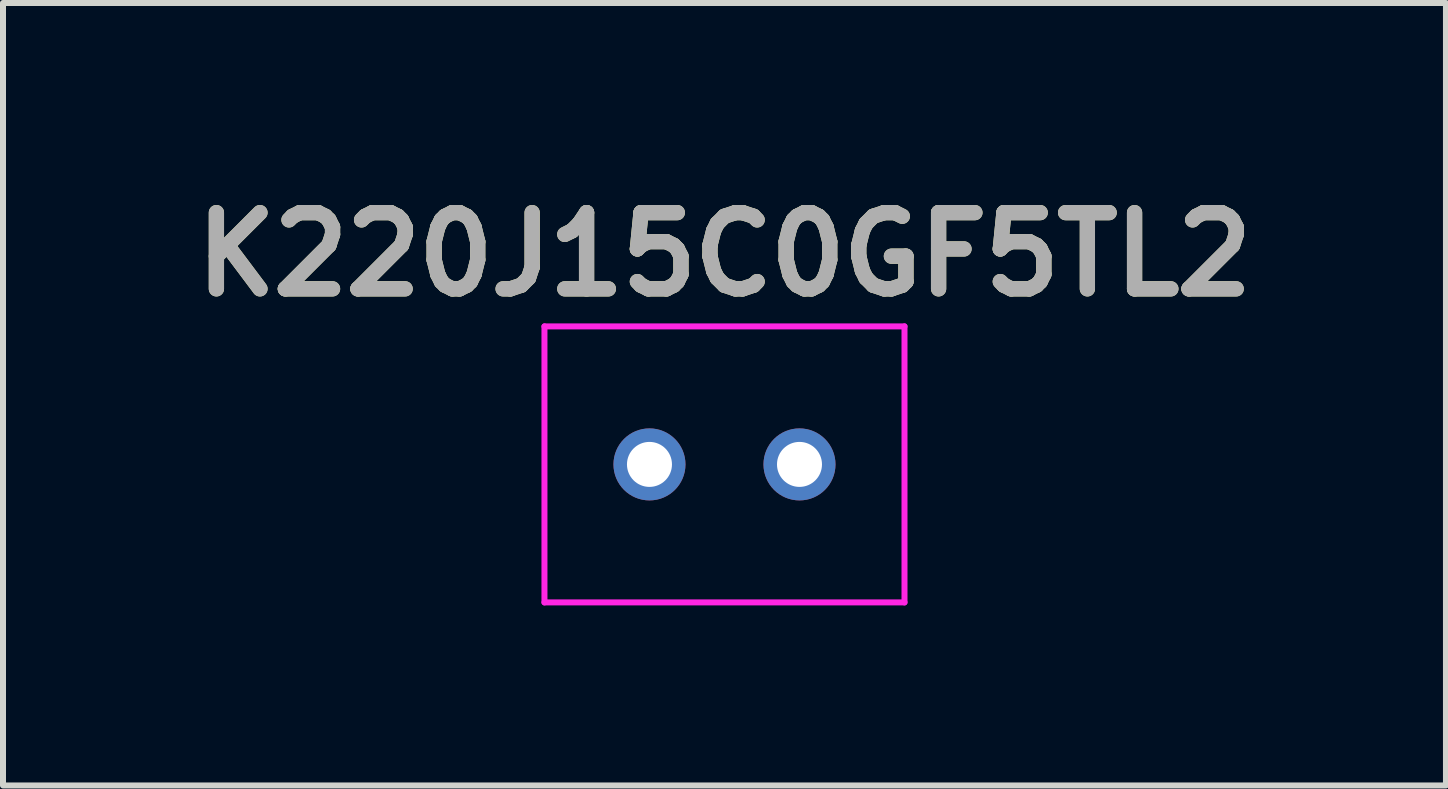
<source format=kicad_pcb>
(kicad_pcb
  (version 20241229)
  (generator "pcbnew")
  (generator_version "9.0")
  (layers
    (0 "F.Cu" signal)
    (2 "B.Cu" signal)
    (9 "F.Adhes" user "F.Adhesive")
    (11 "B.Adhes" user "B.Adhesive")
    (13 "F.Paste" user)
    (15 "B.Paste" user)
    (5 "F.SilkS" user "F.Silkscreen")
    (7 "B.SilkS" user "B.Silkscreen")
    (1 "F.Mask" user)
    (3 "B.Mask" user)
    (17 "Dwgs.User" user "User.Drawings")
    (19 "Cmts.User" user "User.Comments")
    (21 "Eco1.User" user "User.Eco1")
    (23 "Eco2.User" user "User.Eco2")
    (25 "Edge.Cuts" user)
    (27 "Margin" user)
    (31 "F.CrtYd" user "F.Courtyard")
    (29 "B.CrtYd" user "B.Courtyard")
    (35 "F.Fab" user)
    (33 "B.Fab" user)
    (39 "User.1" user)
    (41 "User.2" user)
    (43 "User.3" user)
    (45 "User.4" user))
  (footprint "K220J15C0GF5TL2"
    (layer "F.Cu")
    (at 9.023 4.689)
    (property "Reference" "K220J15C0GF5TL2" (at 0 -3.5 0) (layer "F.SilkS") (effects (font (size 1.27 1.27) (thickness 0.254))))
    (attr through_hole)
    (fp_line (start -3 -2.3) (end 3 -2.3) (stroke (width 0.1) (type solid)) (layer "F.CrtYd"))
    (fp_line (start -3 2.3) (end -3 -2.3) (stroke (width 0.1) (type solid)) (layer "F.CrtYd"))
    (fp_line (start 3 -2.3) (end 3 2.3) (stroke (width 0.1) (type solid)) (layer "F.CrtYd"))
    (fp_line (start 3 2.3) (end -3 2.3) (stroke (width 0.1) (type solid)) (layer "F.CrtYd"))
    (fp_text user "${REFERENCE}" (at 0 -3.5 0) (layer "F.Fab") (effects (font (size 1.27 1.27) (thickness 0.254))))
    (pad "1" thru_hole circle (at -1.25 0) (size 1.2 1.2) (drill 0.75) (layers "*.Cu" "*.Mask"))
    (pad "2" thru_hole circle (at 1.25 0) (size 1.2 1.2) (drill 0.75) (layers "*.Cu" "*.Mask")))
  (gr_rect
    (start -3 -3)
    (end 21.046 10.039)
    (stroke (width 0.1) (type default))
    (fill no)
    (layer "Edge.Cuts")))
</source>
